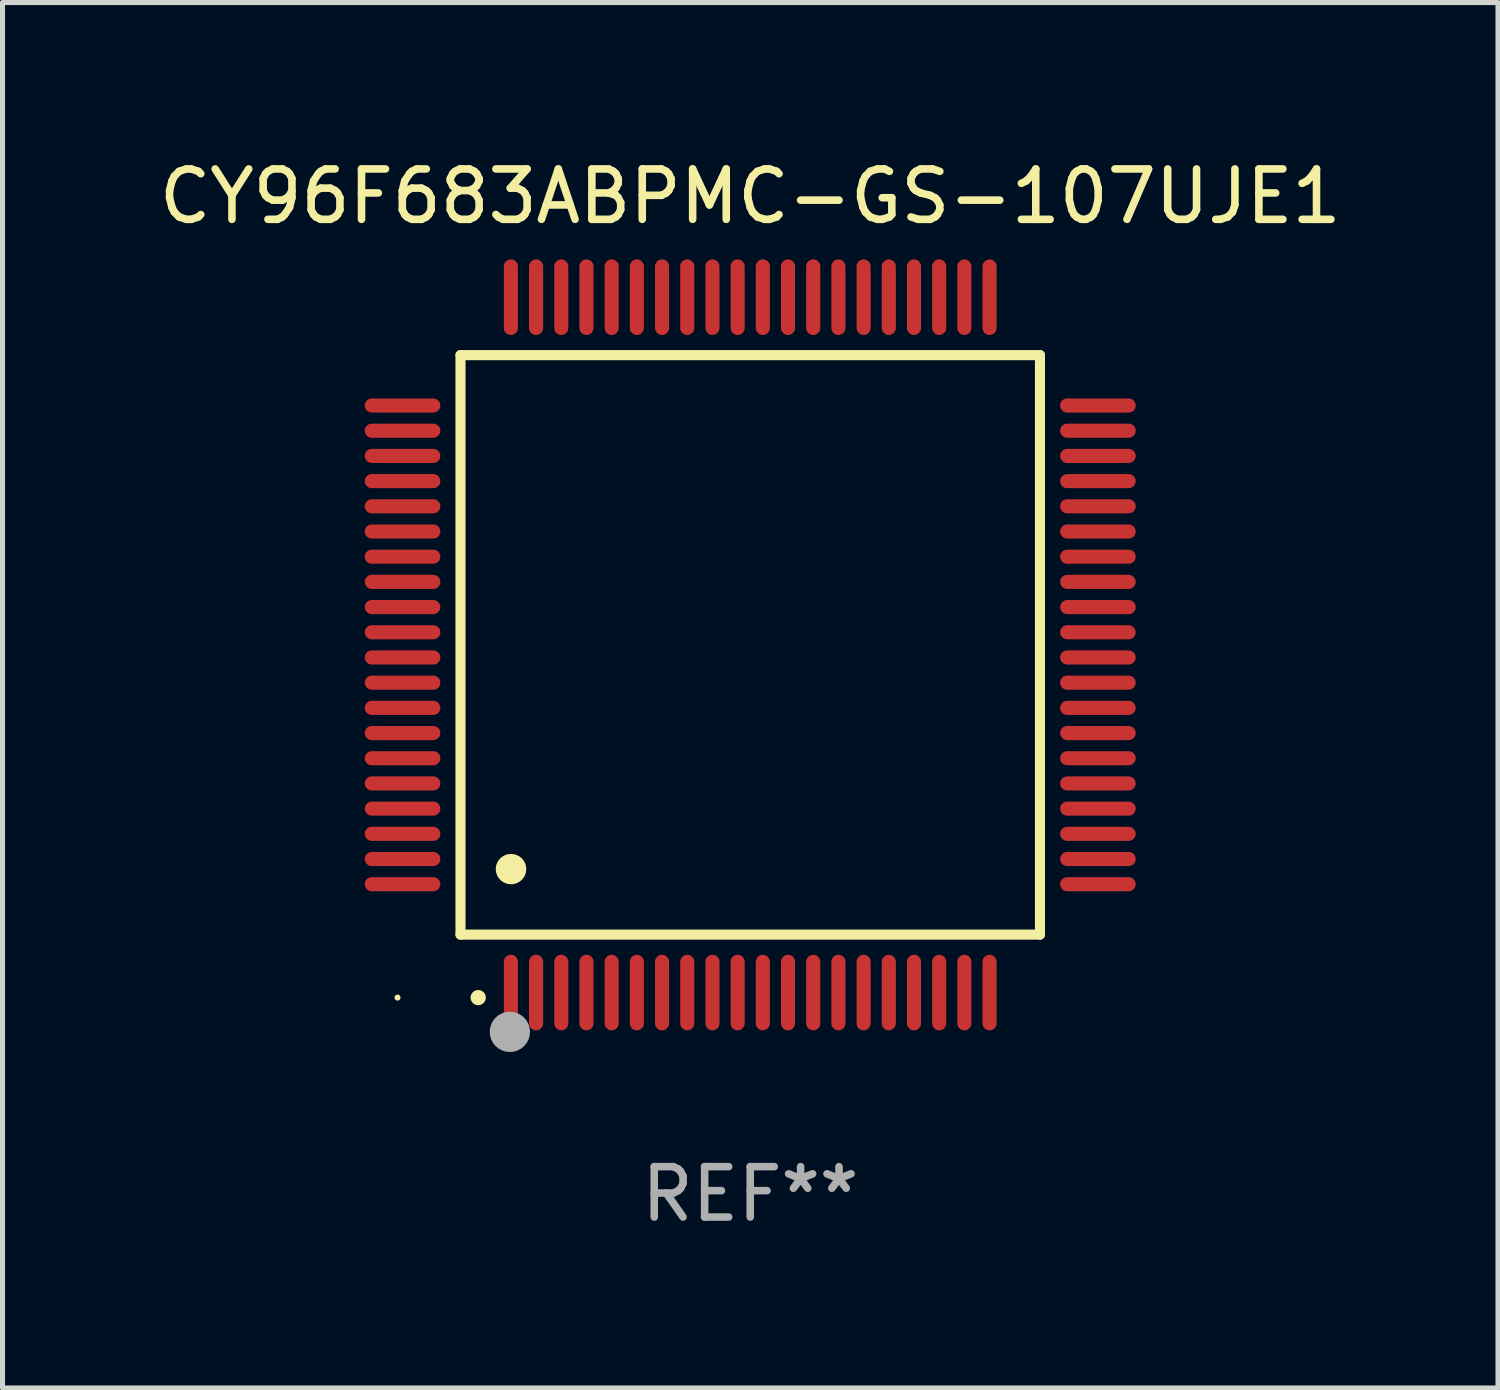
<source format=kicad_pcb>
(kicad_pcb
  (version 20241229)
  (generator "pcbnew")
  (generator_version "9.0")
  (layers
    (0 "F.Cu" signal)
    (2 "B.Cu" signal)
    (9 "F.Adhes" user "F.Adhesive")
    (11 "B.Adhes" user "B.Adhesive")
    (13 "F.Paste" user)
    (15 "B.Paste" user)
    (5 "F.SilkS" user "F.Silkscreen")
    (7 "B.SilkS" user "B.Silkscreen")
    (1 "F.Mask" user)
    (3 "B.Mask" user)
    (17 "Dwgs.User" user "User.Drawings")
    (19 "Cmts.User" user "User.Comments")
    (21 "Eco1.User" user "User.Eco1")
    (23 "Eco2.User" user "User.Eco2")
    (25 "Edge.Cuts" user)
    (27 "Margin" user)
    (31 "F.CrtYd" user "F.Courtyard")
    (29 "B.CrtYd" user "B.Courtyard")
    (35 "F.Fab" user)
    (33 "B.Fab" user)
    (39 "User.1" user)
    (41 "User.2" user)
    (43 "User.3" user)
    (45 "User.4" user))
  (footprint "CY96F683ABPMC-GS-107UJE1"
    (layer "F.Cu")
    (at 11.839 9.748)
    (property "Reference" "CY96F683ABPMC-GS-107UJE1" (at 0 -8.9 0) (layer "F.SilkS") (effects (font (size 1 1) (thickness 0.15))))
    (attr through_hole)
    (fp_line (start -5.75 -5.75) (end 5.75 -5.75) (stroke (width 0.2) (type solid)) (layer "F.SilkS"))
    (fp_line (start -5.75 5.75) (end -5.75 -5.75) (stroke (width 0.2) (type solid)) (layer "F.SilkS"))
    (fp_line (start 5.75 -5.75) (end 5.75 5.75) (stroke (width 0.2) (type solid)) (layer "F.SilkS"))
    (fp_line (start 5.75 5.75) (end -5.75 5.75) (stroke (width 0.2) (type solid)) (layer "F.SilkS"))
    (fp_arc (start -5.400051 7.000254) (mid -5.398781 7.000249) (end -5.397511 7.000254) (stroke (width 0.3) (type solid)) (layer "F.SilkS"))
    (fp_arc (start -4.749809 4.450089) (mid -4.747269 4.450078) (end -4.744729 4.450089) (stroke (width 0.6) (type solid)) (layer "F.SilkS"))
    (fp_circle (center -7 7) (end -6.97 7) (stroke (width 0.06) (type solid)) (fill no) (layer "F.SilkS"))
    (fp_circle (center -4.77 7.68) (end -4.57 7.68) (stroke (width 0.4) (type solid)) (fill no) (layer "F.Fab"))
    (fp_text user "REF**" (at 0 10.9 0) (layer "F.Fab") (effects (font (size 1 1) (thickness 0.15))))
    (pad "1" smd oval (at -4.75 6.9) (size 0.28 1.5) (layers "F.Cu" "F.Mask" "F.Paste"))
    (pad "2" smd oval (at -4.25 6.9) (size 0.28 1.5) (layers "F.Cu" "F.Mask" "F.Paste"))
    (pad "3" smd oval (at -3.75 6.9) (size 0.28 1.5) (layers "F.Cu" "F.Mask" "F.Paste"))
    (pad "4" smd oval (at -3.25 6.9) (size 0.28 1.5) (layers "F.Cu" "F.Mask" "F.Paste"))
    (pad "5" smd oval (at -2.75 6.9) (size 0.28 1.5) (layers "F.Cu" "F.Mask" "F.Paste"))
    (pad "6" smd oval (at -2.25 6.9) (size 0.28 1.5) (layers "F.Cu" "F.Mask" "F.Paste"))
    (pad "7" smd oval (at -1.75 6.9) (size 0.28 1.5) (layers "F.Cu" "F.Mask" "F.Paste"))
    (pad "8" smd oval (at -1.25 6.9) (size 0.28 1.5) (layers "F.Cu" "F.Mask" "F.Paste"))
    (pad "9" smd oval (at -0.75 6.9) (size 0.28 1.5) (layers "F.Cu" "F.Mask" "F.Paste"))
    (pad "10" smd oval (at -0.25 6.9) (size 0.28 1.5) (layers "F.Cu" "F.Mask" "F.Paste"))
    (pad "11" smd oval (at 0.25 6.9) (size 0.28 1.5) (layers "F.Cu" "F.Mask" "F.Paste"))
    (pad "12" smd oval (at 0.75 6.9) (size 0.28 1.5) (layers "F.Cu" "F.Mask" "F.Paste"))
    (pad "13" smd oval (at 1.25 6.9) (size 0.28 1.5) (layers "F.Cu" "F.Mask" "F.Paste"))
    (pad "14" smd oval (at 1.75 6.9) (size 0.28 1.5) (layers "F.Cu" "F.Mask" "F.Paste"))
    (pad "15" smd oval (at 2.25 6.9) (size 0.28 1.5) (layers "F.Cu" "F.Mask" "F.Paste"))
    (pad "16" smd oval (at 2.75 6.9) (size 0.28 1.5) (layers "F.Cu" "F.Mask" "F.Paste"))
    (pad "17" smd oval (at 3.25 6.9) (size 0.28 1.5) (layers "F.Cu" "F.Mask" "F.Paste"))
    (pad "18" smd oval (at 3.75 6.9) (size 0.28 1.5) (layers "F.Cu" "F.Mask" "F.Paste"))
    (pad "19" smd oval (at 4.25 6.9) (size 0.28 1.5) (layers "F.Cu" "F.Mask" "F.Paste"))
    (pad "20" smd oval (at 4.75 6.9) (size 0.28 1.5) (layers "F.Cu" "F.Mask" "F.Paste"))
    (pad "21" smd oval (at 6.9 4.75) (size 1.5 0.28) (layers "F.Cu" "F.Mask" "F.Paste"))
    (pad "22" smd oval (at 6.9 4.25) (size 1.5 0.28) (layers "F.Cu" "F.Mask" "F.Paste"))
    (pad "23" smd oval (at 6.9 3.75) (size 1.5 0.28) (layers "F.Cu" "F.Mask" "F.Paste"))
    (pad "24" smd oval (at 6.9 3.25) (size 1.5 0.28) (layers "F.Cu" "F.Mask" "F.Paste"))
    (pad "25" smd oval (at 6.9 2.75) (size 1.5 0.28) (layers "F.Cu" "F.Mask" "F.Paste"))
    (pad "26" smd oval (at 6.9 2.25) (size 1.5 0.28) (layers "F.Cu" "F.Mask" "F.Paste"))
    (pad "27" smd oval (at 6.9 1.75) (size 1.5 0.28) (layers "F.Cu" "F.Mask" "F.Paste"))
    (pad "28" smd oval (at 6.9 1.25) (size 1.5 0.28) (layers "F.Cu" "F.Mask" "F.Paste"))
    (pad "29" smd oval (at 6.9 0.75) (size 1.5 0.28) (layers "F.Cu" "F.Mask" "F.Paste"))
    (pad "30" smd oval (at 6.9 0.25) (size 1.5 0.28) (layers "F.Cu" "F.Mask" "F.Paste"))
    (pad "31" smd oval (at 6.9 -0.25) (size 1.5 0.28) (layers "F.Cu" "F.Mask" "F.Paste"))
    (pad "32" smd oval (at 6.9 -0.75) (size 1.5 0.28) (layers "F.Cu" "F.Mask" "F.Paste"))
    (pad "33" smd oval (at 6.9 -1.25) (size 1.5 0.28) (layers "F.Cu" "F.Mask" "F.Paste"))
    (pad "34" smd oval (at 6.9 -1.75) (size 1.5 0.28) (layers "F.Cu" "F.Mask" "F.Paste"))
    (pad "35" smd oval (at 6.9 -2.25) (size 1.5 0.28) (layers "F.Cu" "F.Mask" "F.Paste"))
    (pad "36" smd oval (at 6.9 -2.75) (size 1.5 0.28) (layers "F.Cu" "F.Mask" "F.Paste"))
    (pad "37" smd oval (at 6.9 -3.25) (size 1.5 0.28) (layers "F.Cu" "F.Mask" "F.Paste"))
    (pad "38" smd oval (at 6.9 -3.75) (size 1.5 0.28) (layers "F.Cu" "F.Mask" "F.Paste"))
    (pad "39" smd oval (at 6.9 -4.25) (size 1.5 0.28) (layers "F.Cu" "F.Mask" "F.Paste"))
    (pad "40" smd oval (at 6.9 -4.75) (size 1.5 0.28) (layers "F.Cu" "F.Mask" "F.Paste"))
    (pad "41" smd oval (at 4.75 -6.9) (size 0.28 1.5) (layers "F.Cu" "F.Mask" "F.Paste"))
    (pad "42" smd oval (at 4.25 -6.9) (size 0.28 1.5) (layers "F.Cu" "F.Mask" "F.Paste"))
    (pad "43" smd oval (at 3.75 -6.9) (size 0.28 1.5) (layers "F.Cu" "F.Mask" "F.Paste"))
    (pad "44" smd oval (at 3.25 -6.9) (size 0.28 1.5) (layers "F.Cu" "F.Mask" "F.Paste"))
    (pad "45" smd oval (at 2.75 -6.9) (size 0.28 1.5) (layers "F.Cu" "F.Mask" "F.Paste"))
    (pad "46" smd oval (at 2.25 -6.9) (size 0.28 1.5) (layers "F.Cu" "F.Mask" "F.Paste"))
    (pad "47" smd oval (at 1.75 -6.9) (size 0.28 1.5) (layers "F.Cu" "F.Mask" "F.Paste"))
    (pad "48" smd oval (at 1.25 -6.9) (size 0.28 1.5) (layers "F.Cu" "F.Mask" "F.Paste"))
    (pad "49" smd oval (at 0.75 -6.9) (size 0.28 1.5) (layers "F.Cu" "F.Mask" "F.Paste"))
    (pad "50" smd oval (at 0.25 -6.9) (size 0.28 1.5) (layers "F.Cu" "F.Mask" "F.Paste"))
    (pad "51" smd oval (at -0.25 -6.9) (size 0.28 1.5) (layers "F.Cu" "F.Mask" "F.Paste"))
    (pad "52" smd oval (at -0.75 -6.9) (size 0.28 1.5) (layers "F.Cu" "F.Mask" "F.Paste"))
    (pad "53" smd oval (at -1.25 -6.9) (size 0.28 1.5) (layers "F.Cu" "F.Mask" "F.Paste"))
    (pad "54" smd oval (at -1.75 -6.9) (size 0.28 1.5) (layers "F.Cu" "F.Mask" "F.Paste"))
    (pad "55" smd oval (at -2.25 -6.9) (size 0.28 1.5) (layers "F.Cu" "F.Mask" "F.Paste"))
    (pad "56" smd oval (at -2.75 -6.9) (size 0.28 1.5) (layers "F.Cu" "F.Mask" "F.Paste"))
    (pad "57" smd oval (at -3.25 -6.9) (size 0.28 1.5) (layers "F.Cu" "F.Mask" "F.Paste"))
    (pad "58" smd oval (at -3.75 -6.9) (size 0.28 1.5) (layers "F.Cu" "F.Mask" "F.Paste"))
    (pad "59" smd oval (at -4.25 -6.9) (size 0.28 1.5) (layers "F.Cu" "F.Mask" "F.Paste"))
    (pad "60" smd oval (at -4.75 -6.9) (size 0.28 1.5) (layers "F.Cu" "F.Mask" "F.Paste"))
    (pad "61" smd oval (at -6.9 -4.75) (size 1.5 0.28) (layers "F.Cu" "F.Mask" "F.Paste"))
    (pad "62" smd oval (at -6.9 -4.25) (size 1.5 0.28) (layers "F.Cu" "F.Mask" "F.Paste"))
    (pad "63" smd oval (at -6.9 -3.75) (size 1.5 0.28) (layers "F.Cu" "F.Mask" "F.Paste"))
    (pad "64" smd oval (at -6.9 -3.25) (size 1.5 0.28) (layers "F.Cu" "F.Mask" "F.Paste"))
    (pad "65" smd oval (at -6.9 -2.75) (size 1.5 0.28) (layers "F.Cu" "F.Mask" "F.Paste"))
    (pad "66" smd oval (at -6.9 -2.25) (size 1.5 0.28) (layers "F.Cu" "F.Mask" "F.Paste"))
    (pad "67" smd oval (at -6.9 -1.75) (size 1.5 0.28) (layers "F.Cu" "F.Mask" "F.Paste"))
    (pad "68" smd oval (at -6.9 -1.25) (size 1.5 0.28) (layers "F.Cu" "F.Mask" "F.Paste"))
    (pad "69" smd oval (at -6.9 -0.75) (size 1.5 0.28) (layers "F.Cu" "F.Mask" "F.Paste"))
    (pad "70" smd oval (at -6.9 -0.25) (size 1.5 0.28) (layers "F.Cu" "F.Mask" "F.Paste"))
    (pad "71" smd oval (at -6.9 0.25) (size 1.5 0.28) (layers "F.Cu" "F.Mask" "F.Paste"))
    (pad "72" smd oval (at -6.9 0.75) (size 1.5 0.28) (layers "F.Cu" "F.Mask" "F.Paste"))
    (pad "73" smd oval (at -6.9 1.25) (size 1.5 0.28) (layers "F.Cu" "F.Mask" "F.Paste"))
    (pad "74" smd oval (at -6.9 1.75) (size 1.5 0.28) (layers "F.Cu" "F.Mask" "F.Paste"))
    (pad "75" smd oval (at -6.9 2.25) (size 1.5 0.28) (layers "F.Cu" "F.Mask" "F.Paste"))
    (pad "76" smd oval (at -6.9 2.75) (size 1.5 0.28) (layers "F.Cu" "F.Mask" "F.Paste"))
    (pad "77" smd oval (at -6.9 3.25) (size 1.5 0.28) (layers "F.Cu" "F.Mask" "F.Paste"))
    (pad "78" smd oval (at -6.9 3.75) (size 1.5 0.28) (layers "F.Cu" "F.Mask" "F.Paste"))
    (pad "79" smd oval (at -6.9 4.25) (size 1.5 0.28) (layers "F.Cu" "F.Mask" "F.Paste"))
    (pad "80" smd oval (at -6.9 4.75) (size 1.5 0.28) (layers "F.Cu" "F.Mask" "F.Paste")))
  (gr_rect
    (start -3 -3)
    (end 26.679 24.496)
    (stroke (width 0.1) (type default))
    (fill no)
    (layer "Edge.Cuts")))
</source>
